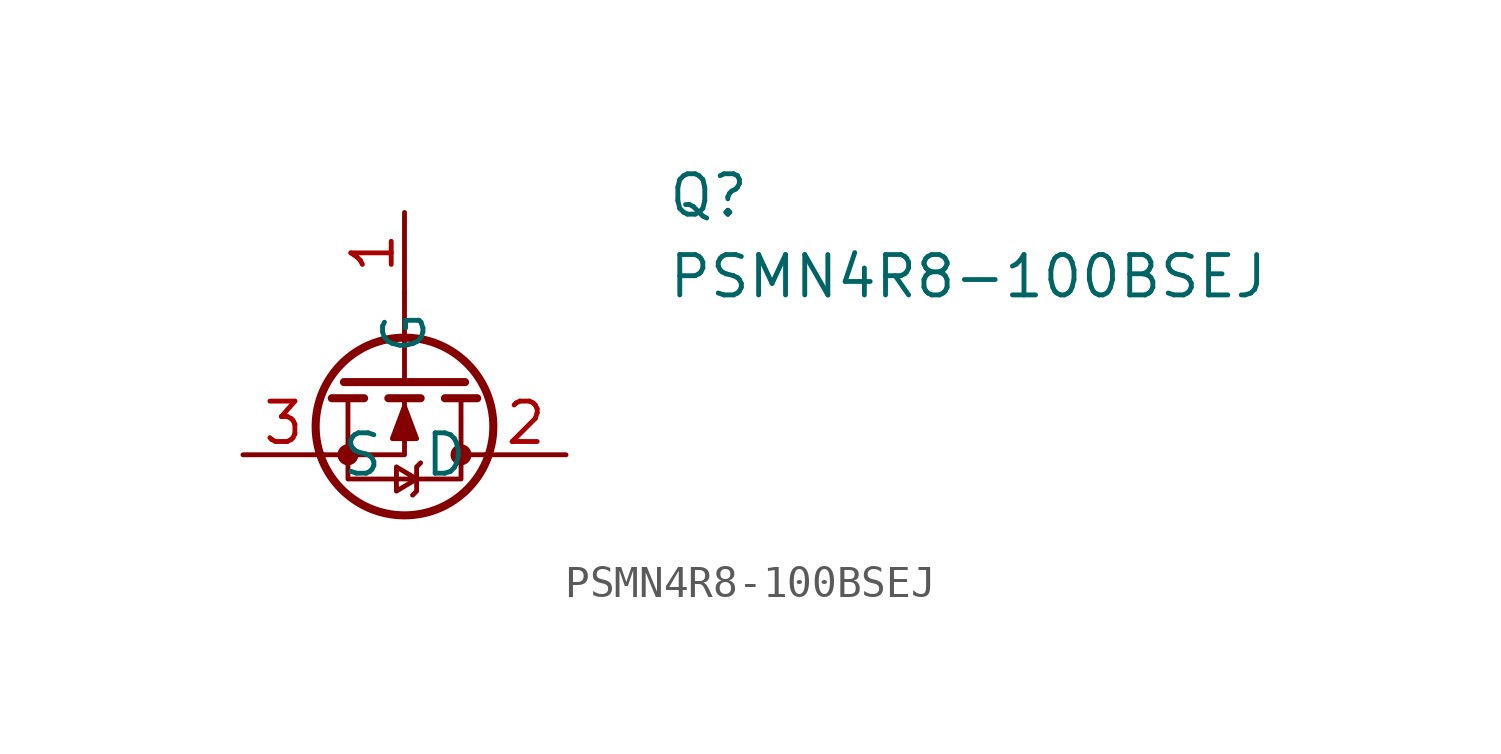
<source format=kicad_sym>
(kicad_symbol_lib
  (version 20220914)
  (generator kicad_symbol_editor)
  (symbol "PSMN4R8-100BSEJ"
    (property "Reference" "Q"
      (at 8.255 8.89 0)
      (effects (font (size 1.27 1.27)) (justify left top)))
    (property "Value" "PSMN4R8-100BSEJ"
      (at 8.255 6.35 0)
      (effects (font (size 1.27 1.27)) (justify left top)))
    (symbol "PSMN4R8-100BSEJ_0_1"
      (circle (center -1.778 0) (radius 0.254) (stroke (width 0) (type default)) (fill (type outline)))
      (polyline (pts (xy -1.27 1.778) (xy -2.286 1.778)) (stroke (width 0.254) (type default)) (fill (type none)))
      (polyline (pts (xy 0 2.286) (xy 0 5.08)) (stroke (width 0) (type default)) (fill (type none)))
      (polyline (pts (xy 0.508 1.778) (xy -0.508 1.778)) (stroke (width 0.254) (type default)) (fill (type none)))
      (polyline (pts (xy 1.905 2.286) (xy -1.905 2.286)) (stroke (width 0.254) (type default)) (fill (type none)))
      (polyline (pts (xy 2.286 1.778) (xy 1.27 1.778)) (stroke (width 0.254) (type default)) (fill (type none)))
      (polyline (pts (xy 2.54 0) (xy 1.778 0)) (stroke (width 0) (type default)) (fill (type none)))
      (polyline (pts (xy -2.54 0) (xy 0 0) (xy 0 1.778)) (stroke (width 0) (type default)) (fill (type none)))
      (polyline (pts (xy -1.778 1.778) (xy -1.778 -0.762) (xy 1.778 -0.762) (xy 1.778 1.778)) (stroke (width 0) (type default)) (fill (type none)))
      (polyline (pts (xy 0 1.524) (xy 0.381 0.508) (xy -0.381 0.508) (xy 0 1.524)) (stroke (width 0) (type default)) (fill (type outline)))
      (polyline (pts (xy 0.381 -0.762) (xy -0.254 -0.381) (xy -0.254 -1.143) (xy 0.381 -0.762)) (stroke (width 0) (type default)) (fill (type none)))
      (polyline (pts (xy 0.508 -0.254) (xy 0.381 -0.381) (xy 0.381 -1.143) (xy 0.254 -1.27)) (stroke (width 0) (type default)) (fill (type none)))
      (circle (center 0 0.889) (radius 2.794) (stroke (width 0.254) (type default)) (fill (type none)))
      (circle (center 1.778 0) (radius 0.254) (stroke (width 0) (type default)) (fill (type outline))))
    (symbol "PSMN4R8-100BSEJ_1_1"
      (pin passive line (at 0 7.62 270) (length 2.54) (name "G" (effects (font (size 1.27 1.27)))) (number "1" (effects (font (size 1.27 1.27)))))
      (pin passive line (at 5.08 0 180) (length 2.54) (name "D" (effects (font (size 1.27 1.27)))) (number "2" (effects (font (size 1.27 1.27)))))
      (pin passive line (at -5.08 0 0) (length 2.54) (name "S" (effects (font (size 1.27 1.27)))) (number "3" (effects (font (size 1.27 1.27)))))
      (pin passive line (at 5.08 0 180) (length 2.54) hide (name "D_2" (effects (font (size 1.27 1.27)))) (number "4" (effects (font (size 1.27 1.27))))))))
</source>
